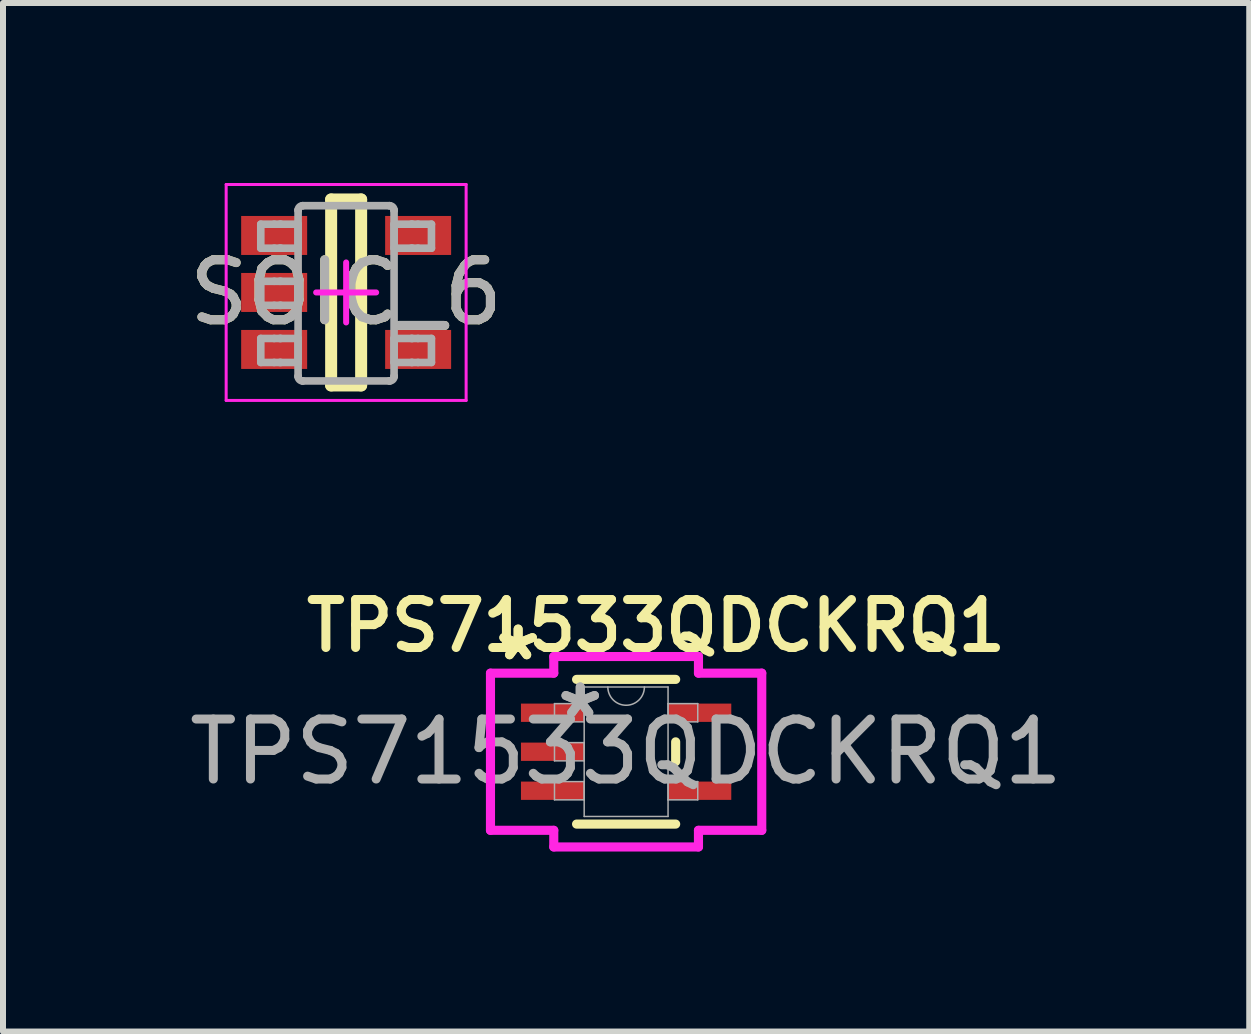
<source format=kicad_pcb>
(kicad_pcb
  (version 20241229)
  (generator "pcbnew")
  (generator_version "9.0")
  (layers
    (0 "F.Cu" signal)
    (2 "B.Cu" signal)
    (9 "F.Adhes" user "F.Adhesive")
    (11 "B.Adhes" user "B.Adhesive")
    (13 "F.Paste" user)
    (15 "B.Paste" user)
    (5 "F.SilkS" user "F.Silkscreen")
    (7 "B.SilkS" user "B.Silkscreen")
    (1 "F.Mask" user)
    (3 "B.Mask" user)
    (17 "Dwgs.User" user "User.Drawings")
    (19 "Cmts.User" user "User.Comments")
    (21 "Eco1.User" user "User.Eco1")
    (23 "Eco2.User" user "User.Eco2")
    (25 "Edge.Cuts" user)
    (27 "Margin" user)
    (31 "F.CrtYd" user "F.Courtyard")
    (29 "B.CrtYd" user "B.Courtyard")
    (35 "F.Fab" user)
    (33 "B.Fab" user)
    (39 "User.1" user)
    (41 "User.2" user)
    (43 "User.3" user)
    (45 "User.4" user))
  (footprint "TPS71533QDCKRQ1"
    (layer "F.Cu")
    (at 7.387 9.481)
    (property "Reference" "TPS71533QDCKRQ1" (at 0.5 -2.1 0) (unlocked yes) (layer "F.SilkS") (effects (font (size 0.8 0.8) (thickness 0.15))))
    (attr smd)
    (fp_line (start -0.826 1.206) (end 0.826 1.206) (stroke (width 0.152) (type solid)) (layer "F.SilkS"))
    (fp_line (start 0.826 -1.206) (end -0.826 -1.206) (stroke (width 0.152) (type solid)) (layer "F.SilkS"))
    (fp_line (start 0.826 0.165) (end 0.826 -0.165) (stroke (width 0.152) (type solid)) (layer "F.SilkS"))
    (fp_line (start -2.261 -1.31) (end -1.206 -1.31) (stroke (width 0.152) (type solid)) (layer "F.CrtYd"))
    (fp_line (start -2.261 1.31) (end -2.261 -1.31) (stroke (width 0.152) (type solid)) (layer "F.CrtYd"))
    (fp_line (start -1.206 -1.587) (end 1.206 -1.587) (stroke (width 0.152) (type solid)) (layer "F.CrtYd"))
    (fp_line (start -1.206 -1.31) (end -1.206 -1.587) (stroke (width 0.152) (type solid)) (layer "F.CrtYd"))
    (fp_line (start -1.206 1.31) (end -2.261 1.31) (stroke (width 0.152) (type solid)) (layer "F.CrtYd"))
    (fp_line (start -1.206 1.587) (end -1.206 1.31) (stroke (width 0.152) (type solid)) (layer "F.CrtYd"))
    (fp_line (start 1.206 -1.587) (end 1.206 -1.31) (stroke (width 0.152) (type solid)) (layer "F.CrtYd"))
    (fp_line (start 1.206 -1.31) (end 2.261 -1.31) (stroke (width 0.152) (type solid)) (layer "F.CrtYd"))
    (fp_line (start 1.206 1.31) (end 1.206 1.587) (stroke (width 0.152) (type solid)) (layer "F.CrtYd"))
    (fp_line (start 1.206 1.587) (end -1.206 1.587) (stroke (width 0.152) (type solid)) (layer "F.CrtYd"))
    (fp_line (start 2.261 -1.31) (end 2.261 1.31) (stroke (width 0.152) (type solid)) (layer "F.CrtYd"))
    (fp_line (start 2.261 1.31) (end 1.206 1.31) (stroke (width 0.152) (type solid)) (layer "F.CrtYd"))
    (fp_line (start -1.194 -0.802) (end -1.194 -0.498) (stroke (width 0.025) (type solid)) (layer "F.Fab"))
    (fp_line (start -1.194 -0.498) (end -0.699 -0.498) (stroke (width 0.025) (type solid)) (layer "F.Fab"))
    (fp_line (start -1.194 -0.152) (end -1.194 0.152) (stroke (width 0.025) (type solid)) (layer "F.Fab"))
    (fp_line (start -1.194 0.152) (end -0.699 0.152) (stroke (width 0.025) (type solid)) (layer "F.Fab"))
    (fp_line (start -1.194 0.498) (end -1.194 0.802) (stroke (width 0.025) (type solid)) (layer "F.Fab"))
    (fp_line (start -1.194 0.802) (end -0.699 0.802) (stroke (width 0.025) (type solid)) (layer "F.Fab"))
    (fp_line (start -0.699 -1.079) (end -0.699 1.079) (stroke (width 0.025) (type solid)) (layer "F.Fab"))
    (fp_line (start -0.699 -0.802) (end -1.194 -0.802) (stroke (width 0.025) (type solid)) (layer "F.Fab"))
    (fp_line (start -0.699 -0.498) (end -0.699 -0.802) (stroke (width 0.025) (type solid)) (layer "F.Fab"))
    (fp_line (start -0.699 -0.152) (end -1.194 -0.152) (stroke (width 0.025) (type solid)) (layer "F.Fab"))
    (fp_line (start -0.699 0.152) (end -0.699 -0.152) (stroke (width 0.025) (type solid)) (layer "F.Fab"))
    (fp_line (start -0.699 0.498) (end -1.194 0.498) (stroke (width 0.025) (type solid)) (layer "F.Fab"))
    (fp_line (start -0.699 0.802) (end -0.699 0.498) (stroke (width 0.025) (type solid)) (layer "F.Fab"))
    (fp_line (start -0.699 1.079) (end 0.699 1.079) (stroke (width 0.025) (type solid)) (layer "F.Fab"))
    (fp_line (start 0.699 -1.079) (end -0.699 -1.079) (stroke (width 0.025) (type solid)) (layer "F.Fab"))
    (fp_line (start 0.699 -0.802) (end 0.699 -0.498) (stroke (width 0.025) (type solid)) (layer "F.Fab"))
    (fp_line (start 0.699 -0.498) (end 1.194 -0.498) (stroke (width 0.025) (type solid)) (layer "F.Fab"))
    (fp_line (start 0.699 0.498) (end 0.699 0.802) (stroke (width 0.025) (type solid)) (layer "F.Fab"))
    (fp_line (start 0.699 0.802) (end 1.194 0.802) (stroke (width 0.025) (type solid)) (layer "F.Fab"))
    (fp_line (start 0.699 1.079) (end 0.699 -1.079) (stroke (width 0.025) (type solid)) (layer "F.Fab"))
    (fp_line (start 1.194 -0.802) (end 0.699 -0.802) (stroke (width 0.025) (type solid)) (layer "F.Fab"))
    (fp_line (start 1.194 -0.498) (end 1.194 -0.802) (stroke (width 0.025) (type solid)) (layer "F.Fab"))
    (fp_line (start 1.194 0.498) (end 0.699 0.498) (stroke (width 0.025) (type solid)) (layer "F.Fab"))
    (fp_line (start 1.194 0.802) (end 1.194 0.498) (stroke (width 0.025) (type solid)) (layer "F.Fab"))
    (fp_arc (start 0.3048 -1.0795) (mid 0 -0.7747) (end -0.3048 -1.0795) (stroke (width 0.0254) (type solid)) (layer "F.Fab"))
    (fp_text user "*" (at -1.8 -1.5 0) (layer "F.SilkS") (effects (font (size 1 1) (thickness 0.15))))
    (fp_text user "*" (at -1.8 -1.5 0) (unlocked yes) (layer "F.SilkS") (effects (font (size 1 1) (thickness 0.15))))
    (fp_text user "*" (at -0.765 -0.535 0) (unlocked yes) (layer "F.Fab") (effects (font (size 1 1) (thickness 0.15))))
    (fp_text user "*" (at -0.765 -0.535 0) (layer "F.Fab") (effects (font (size 1 1) (thickness 0.15))))
    (fp_text user "${REFERENCE}" (at 0 0 0) (unlocked yes) (layer "F.Fab") (effects (font (size 1 1) (thickness 0.15))))
    (pad "1" smd rect (at -1.226 -0.65) (size 1.054 0.305) (layers "F.Cu" "F.Mask" "F.Paste"))
    (pad "2" smd rect (at -1.226 0) (size 1.054 0.305) (layers "F.Cu" "F.Mask" "F.Paste"))
    (pad "3" smd rect (at -1.226 0.65) (size 1.054 0.305) (layers "F.Cu" "F.Mask" "F.Paste"))
    (pad "4" smd rect (at 1.226 0.65) (size 1.054 0.305) (layers "F.Cu" "F.Mask" "F.Paste"))
    (pad "5" smd rect (at 1.226 -0.65) (size 1.054 0.305) (layers "F.Cu" "F.Mask" "F.Paste")))
  (footprint "SOIC_6"
    (layer "F.Cu")
    (at 2.72 1.825)
    (property "Reference" "SOIC_6" (at 0 0 0) (unlocked yes) (layer "F.SilkS") (effects (font (size 1 1) (thickness 0.15))))
    (attr smd)
    (fp_line (start -0.25 -1.55) (end 0.25 -1.55) (stroke (width 0.2) (type solid)) (layer "F.SilkS"))
    (fp_line (start -0.25 1.55) (end -0.25 -1.55) (stroke (width 0.2) (type solid)) (layer "F.SilkS"))
    (fp_line (start -0.25 1.55) (end 0.25 1.55) (stroke (width 0.2) (type solid)) (layer "F.SilkS"))
    (fp_line (start 0.25 1.55) (end 0.25 -1.55) (stroke (width 0.2) (type solid)) (layer "F.SilkS"))
    (fp_line (start -2 -1.8) (end 2 -1.8) (stroke (width 0.05) (type solid)) (layer "F.CrtYd"))
    (fp_line (start -2 1.8) (end -2 -1.8) (stroke (width 0.05) (type solid)) (layer "F.CrtYd"))
    (fp_line (start -2 1.8) (end 2 1.8) (stroke (width 0.05) (type solid)) (layer "F.CrtYd"))
    (fp_line (start -0.5 0) (end 0.5 0) (stroke (width 0.1) (type solid)) (layer "F.CrtYd"))
    (fp_line (start 0 0.5) (end 0 -0.5) (stroke (width 0.1) (type solid)) (layer "F.CrtYd"))
    (fp_line (start 2 1.8) (end 2 -1.8) (stroke (width 0.05) (type solid)) (layer "F.CrtYd"))
    (fp_line (start -1.423 -1.138) (end -1.199 -1.138) (stroke (width 0.127) (type solid)) (layer "F.Fab"))
    (fp_line (start -1.423 -0.738) (end -1.423 -1.138) (stroke (width 0.127) (type solid)) (layer "F.Fab"))
    (fp_line (start -1.423 -0.738) (end -1.199 -0.738) (stroke (width 0.127) (type solid)) (layer "F.Fab"))
    (fp_line (start -1.423 -0.186) (end -1.199 -0.186) (stroke (width 0.127) (type solid)) (layer "F.Fab"))
    (fp_line (start -1.423 0.215) (end -1.423 -0.186) (stroke (width 0.127) (type solid)) (layer "F.Fab"))
    (fp_line (start -1.423 0.215) (end -1.199 0.215) (stroke (width 0.127) (type solid)) (layer "F.Fab"))
    (fp_line (start -1.423 0.767) (end -1.199 0.767) (stroke (width 0.127) (type solid)) (layer "F.Fab"))
    (fp_line (start -1.423 1.167) (end -1.423 0.767) (stroke (width 0.127) (type solid)) (layer "F.Fab"))
    (fp_line (start -1.423 1.167) (end -1.199 1.167) (stroke (width 0.127) (type solid)) (layer "F.Fab"))
    (fp_line (start -1.199 -1.138) (end -1.105 -1.138) (stroke (width 0.127) (type solid)) (layer "F.Fab"))
    (fp_line (start -1.199 -0.738) (end -1.105 -0.738) (stroke (width 0.127) (type solid)) (layer "F.Fab"))
    (fp_line (start -1.199 -0.186) (end -1.105 -0.186) (stroke (width 0.127) (type solid)) (layer "F.Fab"))
    (fp_line (start -1.199 0.215) (end -1.105 0.215) (stroke (width 0.127) (type solid)) (layer "F.Fab"))
    (fp_line (start -1.199 0.767) (end -1.105 0.767) (stroke (width 0.127) (type solid)) (layer "F.Fab"))
    (fp_line (start -1.199 1.167) (end -1.105 1.167) (stroke (width 0.127) (type solid)) (layer "F.Fab"))
    (fp_line (start -1.105 -1.138) (end -1.088 -1.138) (stroke (width 0.127) (type solid)) (layer "F.Fab"))
    (fp_line (start -1.105 -0.738) (end -1.088 -0.738) (stroke (width 0.127) (type solid)) (layer "F.Fab"))
    (fp_line (start -1.105 -0.186) (end -1.088 -0.186) (stroke (width 0.127) (type solid)) (layer "F.Fab"))
    (fp_line (start -1.105 0.215) (end -1.088 0.215) (stroke (width 0.127) (type solid)) (layer "F.Fab"))
    (fp_line (start -1.105 0.767) (end -1.088 0.767) (stroke (width 0.127) (type solid)) (layer "F.Fab"))
    (fp_line (start -1.105 1.167) (end -1.088 1.167) (stroke (width 0.127) (type solid)) (layer "F.Fab"))
    (fp_line (start -1.088 -1.138) (end -0.835 -1.138) (stroke (width 0.127) (type solid)) (layer "F.Fab"))
    (fp_line (start -1.088 -0.738) (end -0.835 -0.738) (stroke (width 0.127) (type solid)) (layer "F.Fab"))
    (fp_line (start -1.088 -0.186) (end -0.835 -0.186) (stroke (width 0.127) (type solid)) (layer "F.Fab"))
    (fp_line (start -1.088 0.215) (end -0.835 0.215) (stroke (width 0.127) (type solid)) (layer "F.Fab"))
    (fp_line (start -1.088 0.767) (end -0.835 0.767) (stroke (width 0.127) (type solid)) (layer "F.Fab"))
    (fp_line (start -1.088 1.167) (end -0.835 1.167) (stroke (width 0.127) (type solid)) (layer "F.Fab"))
    (fp_line (start -0.835 -1.138) (end -0.801 -1.138) (stroke (width 0.127) (type solid)) (layer "F.Fab"))
    (fp_line (start -0.835 -0.738) (end -0.801 -0.738) (stroke (width 0.127) (type solid)) (layer "F.Fab"))
    (fp_line (start -0.835 -0.186) (end -0.801 -0.186) (stroke (width 0.127) (type solid)) (layer "F.Fab"))
    (fp_line (start -0.835 0.215) (end -0.801 0.215) (stroke (width 0.127) (type solid)) (layer "F.Fab"))
    (fp_line (start -0.835 0.767) (end -0.801 0.767) (stroke (width 0.127) (type solid)) (layer "F.Fab"))
    (fp_line (start -0.835 1.167) (end -0.801 1.167) (stroke (width 0.127) (type solid)) (layer "F.Fab"))
    (fp_line (start -0.801 -1.37) (end -0.801 -1.371) (stroke (width 0.127) (type solid)) (layer "F.Fab"))
    (fp_line (start -0.801 -0.738) (end -0.801 -1.138) (stroke (width 0.127) (type solid)) (layer "F.Fab"))
    (fp_line (start -0.801 0.215) (end -0.801 -0.186) (stroke (width 0.127) (type solid)) (layer "F.Fab"))
    (fp_line (start -0.801 1.167) (end -0.801 0.767) (stroke (width 0.127) (type solid)) (layer "F.Fab"))
    (fp_line (start -0.801 1.399) (end -0.801 -1.37) (stroke (width 0.127) (type solid)) (layer "F.Fab"))
    (fp_line (start -0.801 1.4) (end -0.801 1.399) (stroke (width 0.127) (type solid)) (layer "F.Fab"))
    (fp_line (start -0.725 -1.446) (end -0.725 -1.446) (stroke (width 0.127) (type solid)) (layer "F.Fab"))
    (fp_line (start -0.725 1.475) (end -0.725 1.475) (stroke (width 0.127) (type solid)) (layer "F.Fab"))
    (fp_line (start -0.725 -1.446) (end 0.723 -1.446) (stroke (width 0.127) (type solid)) (layer "F.Fab"))
    (fp_line (start -0.725 1.475) (end 0.723 1.475) (stroke (width 0.127) (type solid)) (layer "F.Fab"))
    (fp_line (start 0.723 -1.446) (end 0.724 -1.446) (stroke (width 0.127) (type solid)) (layer "F.Fab"))
    (fp_line (start 0.723 1.475) (end 0.724 1.475) (stroke (width 0.127) (type solid)) (layer "F.Fab"))
    (fp_line (start 0.799 -1.37) (end 0.799 -1.371) (stroke (width 0.127) (type solid)) (layer "F.Fab"))
    (fp_line (start 0.799 -1.138) (end 0.834 -1.138) (stroke (width 0.127) (type solid)) (layer "F.Fab"))
    (fp_line (start 0.799 -0.738) (end 0.799 -1.138) (stroke (width 0.127) (type solid)) (layer "F.Fab"))
    (fp_line (start 0.799 -0.738) (end 0.834 -0.738) (stroke (width 0.127) (type solid)) (layer "F.Fab"))
    (fp_line (start 0.799 0.767) (end 0.834 0.767) (stroke (width 0.127) (type solid)) (layer "F.Fab"))
    (fp_line (start 0.799 1.167) (end 0.799 0.767) (stroke (width 0.127) (type solid)) (layer "F.Fab"))
    (fp_line (start 0.799 1.167) (end 0.834 1.167) (stroke (width 0.127) (type solid)) (layer "F.Fab"))
    (fp_line (start 0.799 1.399) (end 0.799 -1.37) (stroke (width 0.127) (type solid)) (layer "F.Fab"))
    (fp_line (start 0.799 1.4) (end 0.799 1.399) (stroke (width 0.127) (type solid)) (layer "F.Fab"))
    (fp_line (start 0.834 -1.138) (end 1.087 -1.138) (stroke (width 0.127) (type solid)) (layer "F.Fab"))
    (fp_line (start 0.834 -0.738) (end 1.087 -0.738) (stroke (width 0.127) (type solid)) (layer "F.Fab"))
    (fp_line (start 0.834 0.767) (end 1.087 0.767) (stroke (width 0.127) (type solid)) (layer "F.Fab"))
    (fp_line (start 0.834 1.167) (end 1.087 1.167) (stroke (width 0.127) (type solid)) (layer "F.Fab"))
    (fp_line (start 1.087 -1.138) (end 1.103 -1.138) (stroke (width 0.127) (type solid)) (layer "F.Fab"))
    (fp_line (start 1.087 -0.738) (end 1.103 -0.738) (stroke (width 0.127) (type solid)) (layer "F.Fab"))
    (fp_line (start 1.087 0.767) (end 1.103 0.767) (stroke (width 0.127) (type solid)) (layer "F.Fab"))
    (fp_line (start 1.087 1.167) (end 1.103 1.167) (stroke (width 0.127) (type solid)) (layer "F.Fab"))
    (fp_line (start 1.103 -1.138) (end 1.198 -1.138) (stroke (width 0.127) (type solid)) (layer "F.Fab"))
    (fp_line (start 1.103 -0.738) (end 1.198 -0.738) (stroke (width 0.127) (type solid)) (layer "F.Fab"))
    (fp_line (start 1.103 0.767) (end 1.198 0.767) (stroke (width 0.127) (type solid)) (layer "F.Fab"))
    (fp_line (start 1.103 1.167) (end 1.198 1.167) (stroke (width 0.127) (type solid)) (layer "F.Fab"))
    (fp_line (start 1.198 -1.138) (end 1.422 -1.138) (stroke (width 0.127) (type solid)) (layer "F.Fab"))
    (fp_line (start 1.198 -0.738) (end 1.422 -0.738) (stroke (width 0.127) (type solid)) (layer "F.Fab"))
    (fp_line (start 1.198 0.767) (end 1.422 0.767) (stroke (width 0.127) (type solid)) (layer "F.Fab"))
    (fp_line (start 1.198 1.167) (end 1.422 1.167) (stroke (width 0.127) (type solid)) (layer "F.Fab"))
    (fp_line (start 1.422 -0.738) (end 1.422 -1.138) (stroke (width 0.127) (type solid)) (layer "F.Fab"))
    (fp_line (start 1.422 1.167) (end 1.422 0.767) (stroke (width 0.127) (type solid)) (layer "F.Fab"))
    (fp_arc (start -0.80074 -1.37084) (mid -0.778218 -1.423887) (end -0.724999 -1.445998) (stroke (width 0.127) (type solid)) (layer "F.Fab"))
    (fp_arc (start -0.724999 1.475) (mid -0.778213 1.452901) (end -0.80074 1.399867) (stroke (width 0.127) (type solid)) (layer "F.Fab"))
    (fp_arc (start 0.723714 -1.445998) (mid 0.776933 -1.423887) (end 0.799455 -1.37084) (stroke (width 0.127) (type solid)) (layer "F.Fab"))
    (fp_arc (start 0.799455 1.399868) (mid 0.776927 1.452901) (end 0.723713 1.475) (stroke (width 0.127) (type solid)) (layer "F.Fab"))
    (fp_text user "${REFERENCE}" (at 0 0 0) (unlocked yes) (layer "F.Fab") (effects (font (size 1 1) (thickness 0.15))))
    (pad "1" smd rect (at -1.2 -0.95 90) (size 0.65 1.1) (layers "F.Cu" "F.Mask" "F.Paste"))
    (pad "2" smd rect (at -1.2 0 90) (size 0.65 1.1) (layers "F.Cu" "F.Mask" "F.Paste"))
    (pad "3" smd rect (at -1.2 0.95 90) (size 0.65 1.1) (layers "F.Cu" "F.Mask" "F.Paste"))
    (pad "4" smd rect (at 1.2 0.95 90) (size 0.65 1.1) (layers "F.Cu" "F.Mask" "F.Paste"))
    (pad "5" smd rect (at 1.2 -0.95 90) (size 0.65 1.1) (layers "F.Cu" "F.Mask" "F.Paste")))
  (gr_rect
    (start -3 -3)
    (end 17.774 14.145)
    (stroke (width 0.1) (type default))
    (fill no)
    (layer "Edge.Cuts")))
</source>
